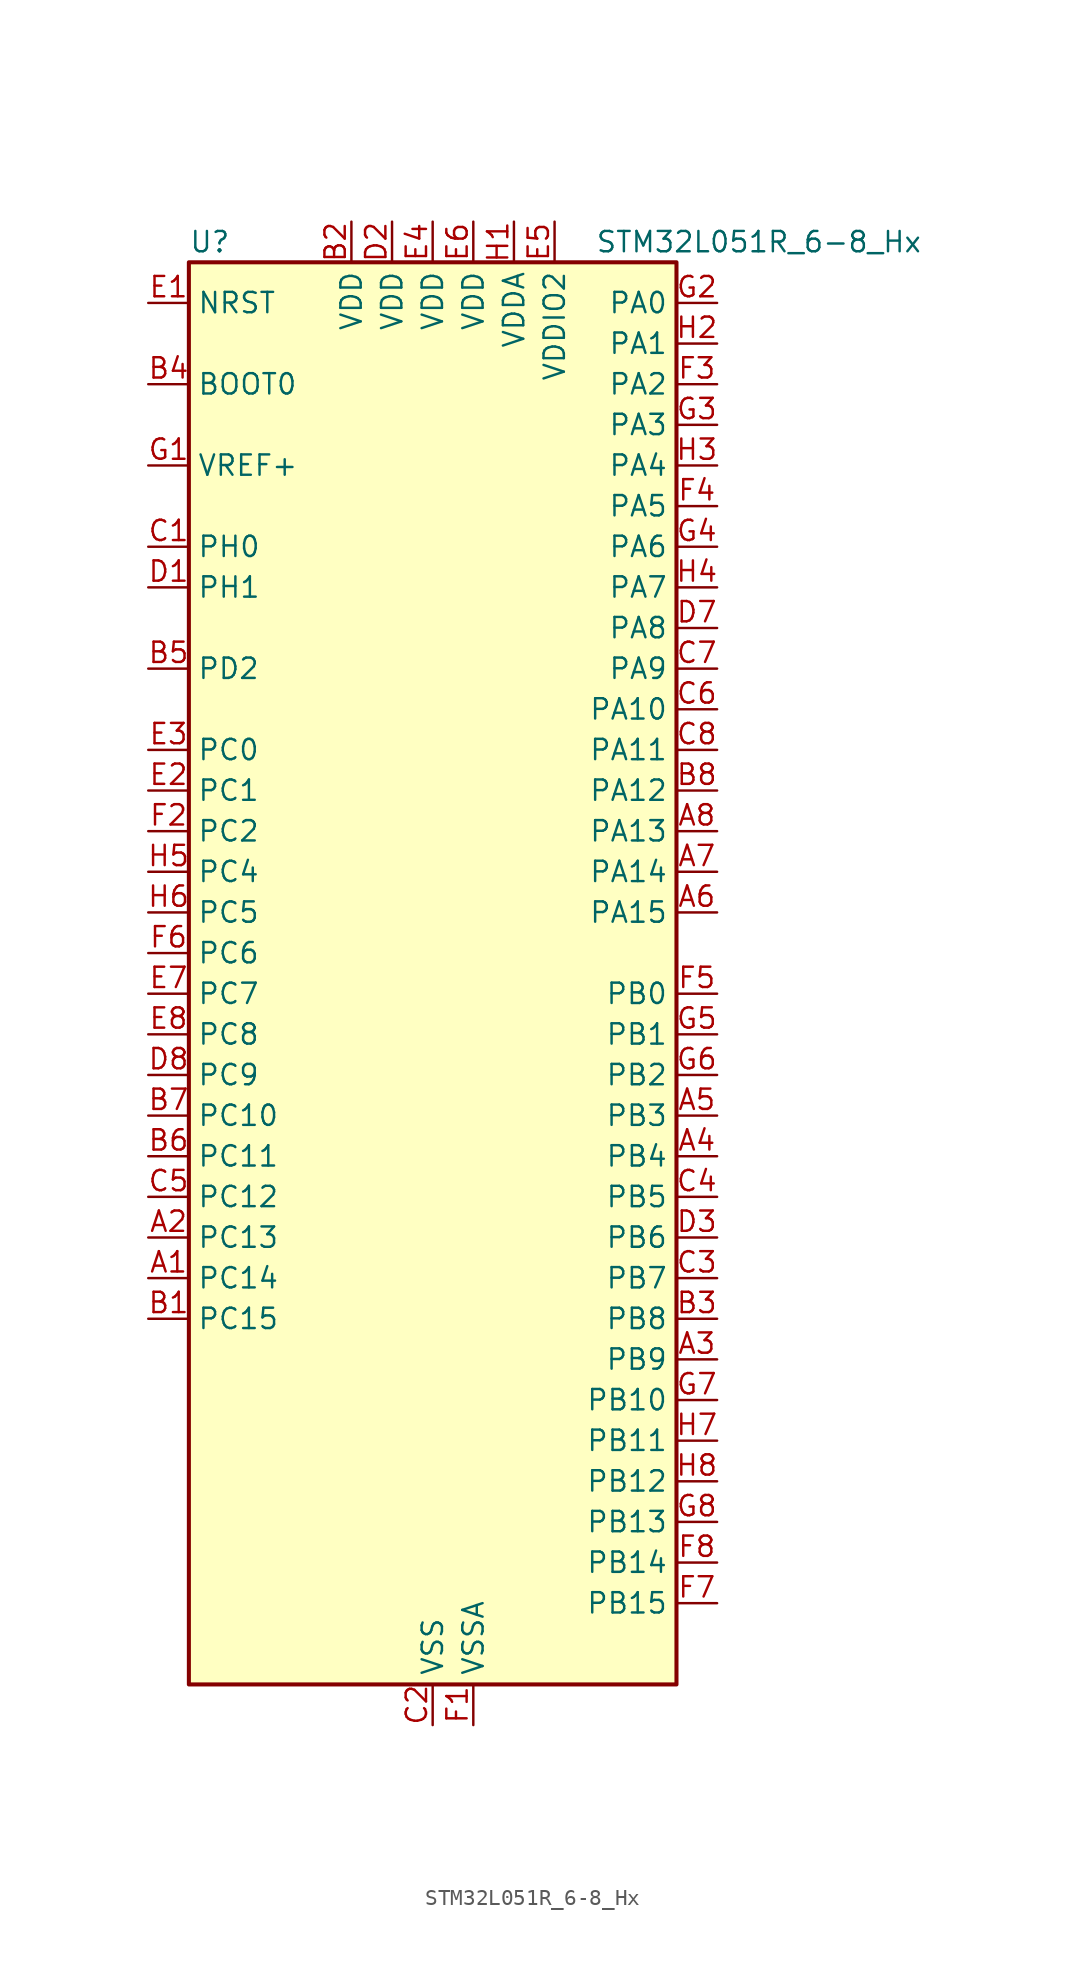
<source format=kicad_sym>
(kicad_symbol_lib
  (version 20220914)
  (generator kicad_symbol_editor)
  (symbol "STM32L051R_6-8_Hx"
    (property "Reference" "U"
      (at -15.24 46.99 0)
      (effects (font (size 1.27 1.27)) (justify left)))
    (property "Value" "STM32L051R_6-8_Hx"
      (at 10.16 46.99 0)
      (effects (font (size 1.27 1.27)) (justify left)))
    (property "ki_locked" ""
      (at 0 0 0)
      (effects (font (size 1.27 1.27))))
    (symbol "STM32L051R_6-8_Hx_0_1"
      (rectangle (start -15.24 -43.18) (end 15.24 45.72) (stroke (width 0.254) (type default)) (fill (type background))))
    (symbol "STM32L051R_6-8_Hx_1_1"
      (pin bidirectional line (at -17.78 -17.78 0) (length 2.54) (name "PC14" (effects (font (size 1.27 1.27)))) (number "A1" (effects (font (size 1.27 1.27)))) (alternate "RCC_OSC32_IN" bidirectional line))
      (pin bidirectional line (at -17.78 -15.24 0) (length 2.54) (name "PC13" (effects (font (size 1.27 1.27)))) (number "A2" (effects (font (size 1.27 1.27)))) (alternate "RTC_OUT_ALARM" bidirectional line) (alternate "RTC_OUT_CALIB" bidirectional line) (alternate "RTC_TAMP1" bidirectional line) (alternate "RTC_TS" bidirectional line) (alternate "SYS_WKUP2" bidirectional line))
      (pin bidirectional line (at 17.78 -22.86 180) (length 2.54) (name "PB9" (effects (font (size 1.27 1.27)))) (number "A3" (effects (font (size 1.27 1.27)))) (alternate "I2C1_SDA" bidirectional line) (alternate "I2S2_WS" bidirectional line) (alternate "SPI2_NSS" bidirectional line))
      (pin bidirectional line (at 17.78 -10.16 180) (length 2.54) (name "PB4" (effects (font (size 1.27 1.27)))) (number "A4" (effects (font (size 1.27 1.27)))) (alternate "COMP2_INP" bidirectional line) (alternate "SPI1_MISO" bidirectional line) (alternate "TIM22_CH1" bidirectional line))
      (pin bidirectional line (at 17.78 -7.62 180) (length 2.54) (name "PB3" (effects (font (size 1.27 1.27)))) (number "A5" (effects (font (size 1.27 1.27)))) (alternate "COMP2_INM" bidirectional line) (alternate "SPI1_SCK" bidirectional line) (alternate "TIM2_CH2" bidirectional line))
      (pin bidirectional line (at 17.78 5.08 180) (length 2.54) (name "PA15" (effects (font (size 1.27 1.27)))) (number "A6" (effects (font (size 1.27 1.27)))) (alternate "SPI1_NSS" bidirectional line) (alternate "TIM2_CH1" bidirectional line) (alternate "TIM2_ETR" bidirectional line) (alternate "USART2_RX" bidirectional line))
      (pin bidirectional line (at 17.78 7.62 180) (length 2.54) (name "PA14" (effects (font (size 1.27 1.27)))) (number "A7" (effects (font (size 1.27 1.27)))) (alternate "SYS_SWCLK" bidirectional line) (alternate "USART2_TX" bidirectional line))
      (pin bidirectional line (at 17.78 10.16 180) (length 2.54) (name "PA13" (effects (font (size 1.27 1.27)))) (number "A8" (effects (font (size 1.27 1.27)))) (alternate "SYS_SWDIO" bidirectional line))
      (pin bidirectional line (at -17.78 -20.32 0) (length 2.54) (name "PC15" (effects (font (size 1.27 1.27)))) (number "B1" (effects (font (size 1.27 1.27)))) (alternate "RCC_OSC32_OUT" bidirectional line))
      (pin power_in line (at -5.08 48.26 270) (length 2.54) (name "VDD" (effects (font (size 1.27 1.27)))) (number "B2" (effects (font (size 1.27 1.27)))))
      (pin bidirectional line (at 17.78 -20.32 180) (length 2.54) (name "PB8" (effects (font (size 1.27 1.27)))) (number "B3" (effects (font (size 1.27 1.27)))) (alternate "I2C1_SCL" bidirectional line))
      (pin input line (at -17.78 38.1 0) (length 2.54) (name "BOOT0" (effects (font (size 1.27 1.27)))) (number "B4" (effects (font (size 1.27 1.27)))))
      (pin bidirectional line (at -17.78 20.32 0) (length 2.54) (name "PD2" (effects (font (size 1.27 1.27)))) (number "B5" (effects (font (size 1.27 1.27)))) (alternate "LPUART1_DE" bidirectional line) (alternate "LPUART1_RTS" bidirectional line))
      (pin bidirectional line (at -17.78 -10.16 0) (length 2.54) (name "PC11" (effects (font (size 1.27 1.27)))) (number "B6" (effects (font (size 1.27 1.27)))) (alternate "ADC_EXTI11" bidirectional line) (alternate "LPUART1_RX" bidirectional line))
      (pin bidirectional line (at -17.78 -7.62 0) (length 2.54) (name "PC10" (effects (font (size 1.27 1.27)))) (number "B7" (effects (font (size 1.27 1.27)))) (alternate "LPUART1_TX" bidirectional line))
      (pin bidirectional line (at 17.78 12.7 180) (length 2.54) (name "PA12" (effects (font (size 1.27 1.27)))) (number "B8" (effects (font (size 1.27 1.27)))) (alternate "COMP2_OUT" bidirectional line) (alternate "SPI1_MOSI" bidirectional line) (alternate "USART1_DE" bidirectional line) (alternate "USART1_RTS" bidirectional line))
      (pin bidirectional line (at -17.78 27.94 0) (length 2.54) (name "PH0" (effects (font (size 1.27 1.27)))) (number "C1" (effects (font (size 1.27 1.27)))) (alternate "RCC_OSC_IN" bidirectional line))
      (pin power_in line (at 0 -45.72 90) (length 2.54) (name "VSS" (effects (font (size 1.27 1.27)))) (number "C2" (effects (font (size 1.27 1.27)))))
      (pin bidirectional line (at 17.78 -17.78 180) (length 2.54) (name "PB7" (effects (font (size 1.27 1.27)))) (number "C3" (effects (font (size 1.27 1.27)))) (alternate "COMP2_INP" bidirectional line) (alternate "I2C1_SDA" bidirectional line) (alternate "LPTIM1_IN2" bidirectional line) (alternate "SYS_PVD_IN" bidirectional line) (alternate "USART1_RX" bidirectional line))
      (pin bidirectional line (at 17.78 -12.7 180) (length 2.54) (name "PB5" (effects (font (size 1.27 1.27)))) (number "C4" (effects (font (size 1.27 1.27)))) (alternate "COMP2_INP" bidirectional line) (alternate "I2C1_SMBA" bidirectional line) (alternate "LPTIM1_IN1" bidirectional line) (alternate "SPI1_MOSI" bidirectional line) (alternate "TIM22_CH2" bidirectional line))
      (pin bidirectional line (at -17.78 -12.7 0) (length 2.54) (name "PC12" (effects (font (size 1.27 1.27)))) (number "C5" (effects (font (size 1.27 1.27)))))
      (pin bidirectional line (at 17.78 17.78 180) (length 2.54) (name "PA10" (effects (font (size 1.27 1.27)))) (number "C6" (effects (font (size 1.27 1.27)))) (alternate "USART1_RX" bidirectional line))
      (pin bidirectional line (at 17.78 20.32 180) (length 2.54) (name "PA9" (effects (font (size 1.27 1.27)))) (number "C7" (effects (font (size 1.27 1.27)))) (alternate "RCC_MCO" bidirectional line) (alternate "USART1_TX" bidirectional line))
      (pin bidirectional line (at 17.78 15.24 180) (length 2.54) (name "PA11" (effects (font (size 1.27 1.27)))) (number "C8" (effects (font (size 1.27 1.27)))) (alternate "ADC_EXTI11" bidirectional line) (alternate "COMP1_OUT" bidirectional line) (alternate "SPI1_MISO" bidirectional line) (alternate "USART1_CTS" bidirectional line))
      (pin bidirectional line (at -17.78 25.4 0) (length 2.54) (name "PH1" (effects (font (size 1.27 1.27)))) (number "D1" (effects (font (size 1.27 1.27)))) (alternate "RCC_OSC_OUT" bidirectional line))
      (pin power_in line (at -2.54 48.26 270) (length 2.54) (name "VDD" (effects (font (size 1.27 1.27)))) (number "D2" (effects (font (size 1.27 1.27)))))
      (pin bidirectional line (at 17.78 -15.24 180) (length 2.54) (name "PB6" (effects (font (size 1.27 1.27)))) (number "D3" (effects (font (size 1.27 1.27)))) (alternate "COMP2_INP" bidirectional line) (alternate "I2C1_SCL" bidirectional line) (alternate "LPTIM1_ETR" bidirectional line) (alternate "USART1_TX" bidirectional line))
      (pin passive line (at 0 -45.72 90) (length 2.54) hide (name "VSS" (effects (font (size 1.27 1.27)))) (number "D4" (effects (font (size 1.27 1.27)))))
      (pin passive line (at 0 -45.72 90) (length 2.54) hide (name "VSS" (effects (font (size 1.27 1.27)))) (number "D5" (effects (font (size 1.27 1.27)))))
      (pin passive line (at 0 -45.72 90) (length 2.54) hide (name "VSS" (effects (font (size 1.27 1.27)))) (number "D6" (effects (font (size 1.27 1.27)))))
      (pin bidirectional line (at 17.78 22.86 180) (length 2.54) (name "PA8" (effects (font (size 1.27 1.27)))) (number "D7" (effects (font (size 1.27 1.27)))) (alternate "RCC_MCO" bidirectional line) (alternate "USART1_CK" bidirectional line))
      (pin bidirectional line (at -17.78 -5.08 0) (length 2.54) (name "PC9" (effects (font (size 1.27 1.27)))) (number "D8" (effects (font (size 1.27 1.27)))) (alternate "TIM21_ETR" bidirectional line))
      (pin input line (at -17.78 43.18 0) (length 2.54) (name "NRST" (effects (font (size 1.27 1.27)))) (number "E1" (effects (font (size 1.27 1.27)))))
      (pin bidirectional line (at -17.78 12.7 0) (length 2.54) (name "PC1" (effects (font (size 1.27 1.27)))) (number "E2" (effects (font (size 1.27 1.27)))) (alternate "ADC_IN11" bidirectional line) (alternate "LPTIM1_OUT" bidirectional line))
      (pin bidirectional line (at -17.78 15.24 0) (length 2.54) (name "PC0" (effects (font (size 1.27 1.27)))) (number "E3" (effects (font (size 1.27 1.27)))) (alternate "ADC_IN10" bidirectional line) (alternate "LPTIM1_IN1" bidirectional line))
      (pin power_in line (at 0 48.26 270) (length 2.54) (name "VDD" (effects (font (size 1.27 1.27)))) (number "E4" (effects (font (size 1.27 1.27)))))
      (pin power_in line (at 7.62 48.26 270) (length 2.54) (name "VDDIO2" (effects (font (size 1.27 1.27)))) (number "E5" (effects (font (size 1.27 1.27)))))
      (pin power_in line (at 2.54 48.26 270) (length 2.54) (name "VDD" (effects (font (size 1.27 1.27)))) (number "E6" (effects (font (size 1.27 1.27)))))
      (pin bidirectional line (at -17.78 0 0) (length 2.54) (name "PC7" (effects (font (size 1.27 1.27)))) (number "E7" (effects (font (size 1.27 1.27)))) (alternate "TIM22_CH2" bidirectional line))
      (pin bidirectional line (at -17.78 -2.54 0) (length 2.54) (name "PC8" (effects (font (size 1.27 1.27)))) (number "E8" (effects (font (size 1.27 1.27)))) (alternate "TIM22_ETR" bidirectional line))
      (pin power_in line (at 2.54 -45.72 90) (length 2.54) (name "VSSA" (effects (font (size 1.27 1.27)))) (number "F1" (effects (font (size 1.27 1.27)))))
      (pin bidirectional line (at -17.78 10.16 0) (length 2.54) (name "PC2" (effects (font (size 1.27 1.27)))) (number "F2" (effects (font (size 1.27 1.27)))) (alternate "ADC_IN12" bidirectional line) (alternate "I2S2_MCK" bidirectional line) (alternate "LPTIM1_IN2" bidirectional line) (alternate "SPI2_MISO" bidirectional line))
      (pin bidirectional line (at 17.78 38.1 180) (length 2.54) (name "PA2" (effects (font (size 1.27 1.27)))) (number "F3" (effects (font (size 1.27 1.27)))) (alternate "ADC_IN2" bidirectional line) (alternate "COMP2_INM" bidirectional line) (alternate "COMP2_OUT" bidirectional line) (alternate "TIM21_CH1" bidirectional line) (alternate "TIM2_CH3" bidirectional line) (alternate "USART2_TX" bidirectional line))
      (pin bidirectional line (at 17.78 30.48 180) (length 2.54) (name "PA5" (effects (font (size 1.27 1.27)))) (number "F4" (effects (font (size 1.27 1.27)))) (alternate "ADC_IN5" bidirectional line) (alternate "COMP1_INM" bidirectional line) (alternate "COMP2_INM" bidirectional line) (alternate "SPI1_SCK" bidirectional line) (alternate "TIM2_CH1" bidirectional line) (alternate "TIM2_ETR" bidirectional line))
      (pin bidirectional line (at 17.78 0 180) (length 2.54) (name "PB0" (effects (font (size 1.27 1.27)))) (number "F5" (effects (font (size 1.27 1.27)))) (alternate "ADC_IN8" bidirectional line) (alternate "SYS_VREF_OUT_PB0" bidirectional line))
      (pin bidirectional line (at -17.78 2.54 0) (length 2.54) (name "PC6" (effects (font (size 1.27 1.27)))) (number "F6" (effects (font (size 1.27 1.27)))) (alternate "TIM22_CH1" bidirectional line))
      (pin bidirectional line (at 17.78 -38.1 180) (length 2.54) (name "PB15" (effects (font (size 1.27 1.27)))) (number "F7" (effects (font (size 1.27 1.27)))) (alternate "I2S2_SD" bidirectional line) (alternate "RTC_REFIN" bidirectional line) (alternate "SPI2_MOSI" bidirectional line))
      (pin bidirectional line (at 17.78 -35.56 180) (length 2.54) (name "PB14" (effects (font (size 1.27 1.27)))) (number "F8" (effects (font (size 1.27 1.27)))) (alternate "I2C2_SDA" bidirectional line) (alternate "I2S2_MCK" bidirectional line) (alternate "LPUART1_DE" bidirectional line) (alternate "LPUART1_RTS" bidirectional line) (alternate "RTC_OUT_ALARM" bidirectional line) (alternate "RTC_OUT_CALIB" bidirectional line) (alternate "SPI2_MISO" bidirectional line) (alternate "TIM21_CH2" bidirectional line))
      (pin input line (at -17.78 33.02 0) (length 2.54) (name "VREF+" (effects (font (size 1.27 1.27)))) (number "G1" (effects (font (size 1.27 1.27)))))
      (pin bidirectional line (at 17.78 43.18 180) (length 2.54) (name "PA0" (effects (font (size 1.27 1.27)))) (number "G2" (effects (font (size 1.27 1.27)))) (alternate "ADC_IN0" bidirectional line) (alternate "COMP1_INM" bidirectional line) (alternate "COMP1_OUT" bidirectional line) (alternate "RTC_TAMP2" bidirectional line) (alternate "SYS_WKUP1" bidirectional line) (alternate "TIM2_CH1" bidirectional line) (alternate "TIM2_ETR" bidirectional line) (alternate "USART2_CTS" bidirectional line))
      (pin bidirectional line (at 17.78 35.56 180) (length 2.54) (name "PA3" (effects (font (size 1.27 1.27)))) (number "G3" (effects (font (size 1.27 1.27)))) (alternate "ADC_IN3" bidirectional line) (alternate "COMP2_INP" bidirectional line) (alternate "TIM21_CH2" bidirectional line) (alternate "TIM2_CH4" bidirectional line) (alternate "USART2_RX" bidirectional line))
      (pin bidirectional line (at 17.78 27.94 180) (length 2.54) (name "PA6" (effects (font (size 1.27 1.27)))) (number "G4" (effects (font (size 1.27 1.27)))) (alternate "ADC_IN6" bidirectional line) (alternate "COMP1_OUT" bidirectional line) (alternate "LPUART1_CTS" bidirectional line) (alternate "SPI1_MISO" bidirectional line) (alternate "TIM22_CH1" bidirectional line))
      (pin bidirectional line (at 17.78 -2.54 180) (length 2.54) (name "PB1" (effects (font (size 1.27 1.27)))) (number "G5" (effects (font (size 1.27 1.27)))) (alternate "ADC_IN9" bidirectional line) (alternate "LPUART1_DE" bidirectional line) (alternate "LPUART1_RTS" bidirectional line) (alternate "SYS_VREF_OUT_PB1" bidirectional line))
      (pin bidirectional line (at 17.78 -5.08 180) (length 2.54) (name "PB2" (effects (font (size 1.27 1.27)))) (number "G6" (effects (font (size 1.27 1.27)))) (alternate "LPTIM1_OUT" bidirectional line))
      (pin bidirectional line (at 17.78 -25.4 180) (length 2.54) (name "PB10" (effects (font (size 1.27 1.27)))) (number "G7" (effects (font (size 1.27 1.27)))) (alternate "I2C2_SCL" bidirectional line) (alternate "LPUART1_TX" bidirectional line) (alternate "SPI2_SCK" bidirectional line) (alternate "TIM2_CH3" bidirectional line))
      (pin bidirectional line (at 17.78 -33.02 180) (length 2.54) (name "PB13" (effects (font (size 1.27 1.27)))) (number "G8" (effects (font (size 1.27 1.27)))) (alternate "I2C2_SCL" bidirectional line) (alternate "I2S2_CK" bidirectional line) (alternate "LPUART1_CTS" bidirectional line) (alternate "SPI2_SCK" bidirectional line) (alternate "TIM21_CH1" bidirectional line))
      (pin power_in line (at 5.08 48.26 270) (length 2.54) (name "VDDA" (effects (font (size 1.27 1.27)))) (number "H1" (effects (font (size 1.27 1.27)))))
      (pin bidirectional line (at 17.78 40.64 180) (length 2.54) (name "PA1" (effects (font (size 1.27 1.27)))) (number "H2" (effects (font (size 1.27 1.27)))) (alternate "ADC_IN1" bidirectional line) (alternate "COMP1_INP" bidirectional line) (alternate "TIM21_ETR" bidirectional line) (alternate "TIM2_CH2" bidirectional line) (alternate "USART2_DE" bidirectional line) (alternate "USART2_RTS" bidirectional line))
      (pin bidirectional line (at 17.78 33.02 180) (length 2.54) (name "PA4" (effects (font (size 1.27 1.27)))) (number "H3" (effects (font (size 1.27 1.27)))) (alternate "ADC_IN4" bidirectional line) (alternate "COMP1_INM" bidirectional line) (alternate "COMP2_INM" bidirectional line) (alternate "SPI1_NSS" bidirectional line) (alternate "TIM22_ETR" bidirectional line) (alternate "USART2_CK" bidirectional line))
      (pin bidirectional line (at 17.78 25.4 180) (length 2.54) (name "PA7" (effects (font (size 1.27 1.27)))) (number "H4" (effects (font (size 1.27 1.27)))) (alternate "ADC_IN7" bidirectional line) (alternate "COMP2_OUT" bidirectional line) (alternate "SPI1_MOSI" bidirectional line) (alternate "TIM22_CH2" bidirectional line))
      (pin bidirectional line (at -17.78 7.62 0) (length 2.54) (name "PC4" (effects (font (size 1.27 1.27)))) (number "H5" (effects (font (size 1.27 1.27)))) (alternate "ADC_IN14" bidirectional line) (alternate "LPUART1_TX" bidirectional line))
      (pin bidirectional line (at -17.78 5.08 0) (length 2.54) (name "PC5" (effects (font (size 1.27 1.27)))) (number "H6" (effects (font (size 1.27 1.27)))) (alternate "ADC_IN15" bidirectional line) (alternate "LPUART1_RX" bidirectional line))
      (pin bidirectional line (at 17.78 -27.94 180) (length 2.54) (name "PB11" (effects (font (size 1.27 1.27)))) (number "H7" (effects (font (size 1.27 1.27)))) (alternate "ADC_EXTI11" bidirectional line) (alternate "I2C2_SDA" bidirectional line) (alternate "LPUART1_RX" bidirectional line) (alternate "TIM2_CH4" bidirectional line))
      (pin bidirectional line (at 17.78 -30.48 180) (length 2.54) (name "PB12" (effects (font (size 1.27 1.27)))) (number "H8" (effects (font (size 1.27 1.27)))) (alternate "I2S2_WS" bidirectional line) (alternate "LPUART1_DE" bidirectional line) (alternate "LPUART1_RTS" bidirectional line) (alternate "SPI2_NSS" bidirectional line)))))
</source>
